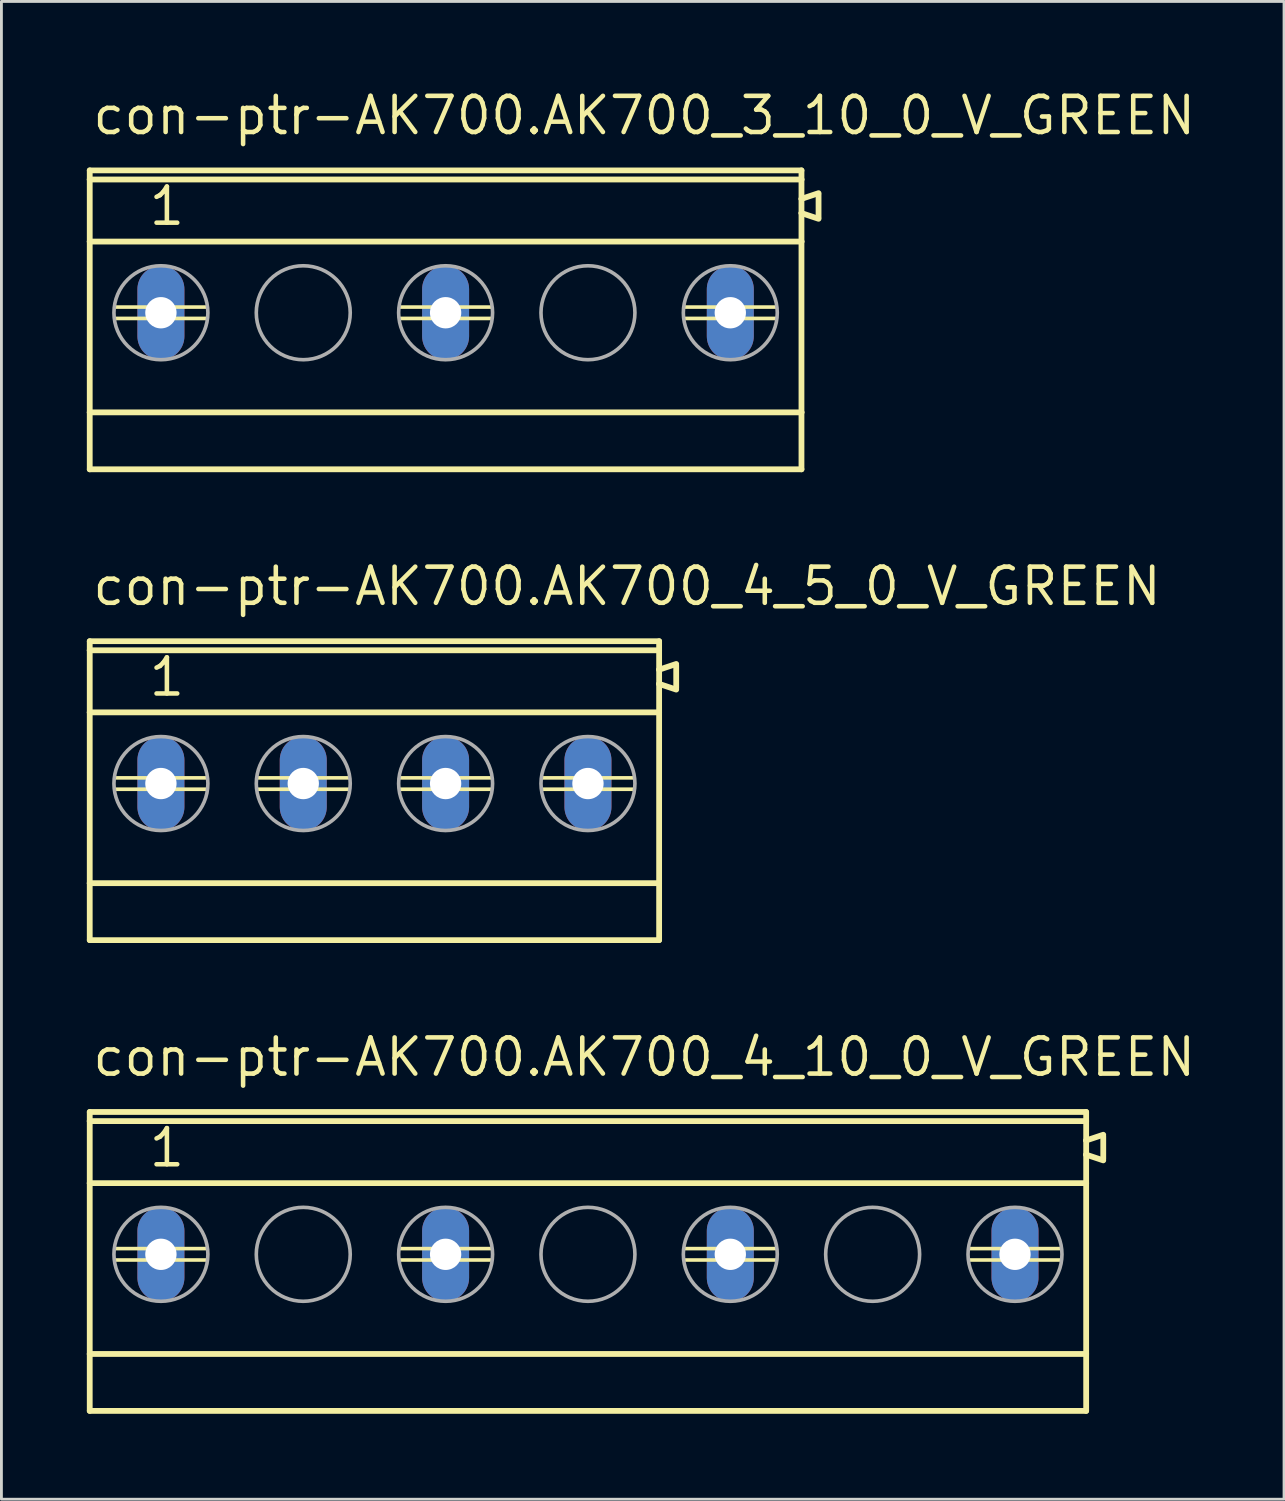
<source format=kicad_pcb>
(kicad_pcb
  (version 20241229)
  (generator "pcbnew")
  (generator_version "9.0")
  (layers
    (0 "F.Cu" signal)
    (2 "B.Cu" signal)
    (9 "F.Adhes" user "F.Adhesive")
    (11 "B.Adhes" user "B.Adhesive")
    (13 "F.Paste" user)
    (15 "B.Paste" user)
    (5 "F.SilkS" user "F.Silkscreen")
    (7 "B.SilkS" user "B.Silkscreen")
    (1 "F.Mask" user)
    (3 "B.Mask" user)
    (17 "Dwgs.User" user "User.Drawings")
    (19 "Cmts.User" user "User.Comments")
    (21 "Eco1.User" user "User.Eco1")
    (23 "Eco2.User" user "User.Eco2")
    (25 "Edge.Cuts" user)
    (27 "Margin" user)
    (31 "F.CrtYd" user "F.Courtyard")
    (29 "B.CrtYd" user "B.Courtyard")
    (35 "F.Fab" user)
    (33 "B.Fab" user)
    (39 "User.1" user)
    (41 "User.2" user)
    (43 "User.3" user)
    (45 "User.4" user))
  (footprint "con-ptr-AK700.AK700_4_5_0_V_GREEN"
    (layer "F.Cu")
    (at 10.102 24.472)
    (property "Reference" "con-ptr-AK700.AK700_4_5_0_V_GREEN" (at -9.98 -6.185 0) (layer "F.SilkS") (effects (font (size 1.27 1.27) (thickness 0.16)) (justify left bottom)))
    (attr through_hole)
    (fp_line (start -10 -5) (end -10 -4.68) (stroke (width 0.203) (type default)) (layer "F.SilkS"))
    (fp_line (start -10 -4.68) (end -10 -2.5) (stroke (width 0.203) (type default)) (layer "F.SilkS"))
    (fp_line (start -10 -2.5) (end -10 3.5) (stroke (width 0.203) (type default)) (layer "F.SilkS"))
    (fp_line (start -10 3.5) (end -10 5.5) (stroke (width 0.203) (type default)) (layer "F.SilkS"))
    (fp_line (start -10 5.5) (end 10 5.5) (stroke (width 0.203) (type default)) (layer "F.SilkS"))
    (fp_line (start -9.1 -0.2) (end -5.9 -0.2) (stroke (width 0.127) (type default)) (layer "F.SilkS"))
    (fp_line (start -9.1 0.2) (end -5.9 0.2) (stroke (width 0.127) (type default)) (layer "F.SilkS"))
    (fp_line (start -4.1 -0.2) (end -0.9 -0.2) (stroke (width 0.127) (type default)) (layer "F.SilkS"))
    (fp_line (start -4.1 0.2) (end -0.9 0.2) (stroke (width 0.127) (type default)) (layer "F.SilkS"))
    (fp_line (start 0.9 -0.2) (end 4.1 -0.2) (stroke (width 0.127) (type default)) (layer "F.SilkS"))
    (fp_line (start 0.9 0.2) (end 4.1 0.2) (stroke (width 0.127) (type default)) (layer "F.SilkS"))
    (fp_line (start 5.9 -0.2) (end 9.1 -0.2) (stroke (width 0.127) (type default)) (layer "F.SilkS"))
    (fp_line (start 5.9 0.2) (end 9.1 0.2) (stroke (width 0.127) (type default)) (layer "F.SilkS"))
    (fp_line (start 10 -5) (end -10 -5) (stroke (width 0.203) (type default)) (layer "F.SilkS"))
    (fp_line (start 10 -4.68) (end -10 -4.68) (stroke (width 0.203) (type default)) (layer "F.SilkS"))
    (fp_line (start 10 -4.68) (end 10 -5) (stroke (width 0.203) (type default)) (layer "F.SilkS"))
    (fp_line (start 10 -4) (end 10 -4.68) (stroke (width 0.203) (type default)) (layer "F.SilkS"))
    (fp_line (start 10 -3.5) (end 10 -4) (stroke (width 0.203) (type default)) (layer "F.SilkS"))
    (fp_line (start 10 -2.5) (end -10 -2.5) (stroke (width 0.203) (type default)) (layer "F.SilkS"))
    (fp_line (start 10 -2.5) (end 10 -3.5) (stroke (width 0.203) (type default)) (layer "F.SilkS"))
    (fp_line (start 10 3.5) (end -10 3.5) (stroke (width 0.203) (type default)) (layer "F.SilkS"))
    (fp_line (start 10 3.5) (end 10 -2.5) (stroke (width 0.203) (type default)) (layer "F.SilkS"))
    (fp_line (start 10 5.5) (end 10 3.5) (stroke (width 0.203) (type default)) (layer "F.SilkS"))
    (fp_line (start 10.6 -4.2) (end 10 -4) (stroke (width 0.203) (type default)) (layer "F.SilkS"))
    (fp_line (start 10.6 -3.35) (end 10.6 -4.15) (stroke (width 0.203) (type default)) (layer "F.SilkS"))
    (fp_line (start 10.6 -3.3) (end 10 -3.5) (stroke (width 0.203) (type default)) (layer "F.SilkS"))
    (fp_circle (center -7.5 0) (end -5.85 0) (stroke (width 0.127) (type default)) (fill no) (layer "F.Fab"))
    (fp_circle (center -2.5 0) (end -0.85 0) (stroke (width 0.127) (type default)) (fill no) (layer "F.Fab"))
    (fp_circle (center 2.5 0) (end 4.15 0) (stroke (width 0.127) (type default)) (fill no) (layer "F.Fab"))
    (fp_circle (center 7.5 0) (end 9.15 0) (stroke (width 0.127) (type default)) (fill no) (layer "F.Fab"))
    (fp_text user "1" (at -8 -3 0) (layer "F.SilkS") (effects (font (size 1.27 1.27) (thickness 0.16)) (justify left bottom)))
    (pad "1" thru_hole oval (at -7.5 0 90) (size 3.3 1.65) (drill 1.1) (layers "*.Cu" "*.Mask"))
    (pad "2" thru_hole oval (at -2.5 0 90) (size 3.3 1.65) (drill 1.1) (layers "*.Cu" "*.Mask"))
    (pad "3" thru_hole oval (at 2.5 0 90) (size 3.3 1.65) (drill 1.1) (layers "*.Cu" "*.Mask"))
    (pad "4" thru_hole oval (at 7.5 0 90) (size 3.3 1.65) (drill 1.1) (layers "*.Cu" "*.Mask")))
  (footprint "con-ptr-AK700.AK700_4_10_0_V_GREEN"
    (layer "F.Cu")
    (at 17.602 41.008)
    (property "Reference" "con-ptr-AK700.AK700_4_10_0_V_GREEN" (at -17.48 -6.185 0) (layer "F.SilkS") (effects (font (size 1.27 1.27) (thickness 0.16)) (justify left bottom)))
    (attr through_hole)
    (fp_line (start -17.5 -5) (end -17.5 -4.68) (stroke (width 0.203) (type default)) (layer "F.SilkS"))
    (fp_line (start -17.5 -4.68) (end -17.5 -2.5) (stroke (width 0.203) (type default)) (layer "F.SilkS"))
    (fp_line (start -17.5 -2.5) (end -17.5 3.5) (stroke (width 0.203) (type default)) (layer "F.SilkS"))
    (fp_line (start -17.5 3.5) (end -17.5 5.5) (stroke (width 0.203) (type default)) (layer "F.SilkS"))
    (fp_line (start -17.5 5.5) (end 17.5 5.5) (stroke (width 0.203) (type default)) (layer "F.SilkS"))
    (fp_line (start -16.6 -0.2) (end -13.4 -0.2) (stroke (width 0.127) (type default)) (layer "F.SilkS"))
    (fp_line (start -16.6 0.2) (end -13.4 0.2) (stroke (width 0.127) (type default)) (layer "F.SilkS"))
    (fp_line (start -6.6 -0.2) (end -3.4 -0.2) (stroke (width 0.127) (type default)) (layer "F.SilkS"))
    (fp_line (start -6.6 0.2) (end -3.4 0.2) (stroke (width 0.127) (type default)) (layer "F.SilkS"))
    (fp_line (start 3.4 -0.2) (end 6.6 -0.2) (stroke (width 0.127) (type default)) (layer "F.SilkS"))
    (fp_line (start 3.4 0.2) (end 6.6 0.2) (stroke (width 0.127) (type default)) (layer "F.SilkS"))
    (fp_line (start 13.4 -0.2) (end 16.6 -0.2) (stroke (width 0.127) (type default)) (layer "F.SilkS"))
    (fp_line (start 13.4 0.2) (end 16.6 0.2) (stroke (width 0.127) (type default)) (layer "F.SilkS"))
    (fp_line (start 17.5 -5) (end -17.5 -5) (stroke (width 0.203) (type default)) (layer "F.SilkS"))
    (fp_line (start 17.5 -4.68) (end -17.5 -4.68) (stroke (width 0.203) (type default)) (layer "F.SilkS"))
    (fp_line (start 17.5 -4.68) (end 17.5 -5) (stroke (width 0.203) (type default)) (layer "F.SilkS"))
    (fp_line (start 17.5 -4) (end 17.5 -4.68) (stroke (width 0.203) (type default)) (layer "F.SilkS"))
    (fp_line (start 17.5 -3.5) (end 17.5 -4) (stroke (width 0.203) (type default)) (layer "F.SilkS"))
    (fp_line (start 17.5 -2.5) (end -17.5 -2.5) (stroke (width 0.203) (type default)) (layer "F.SilkS"))
    (fp_line (start 17.5 -2.5) (end 17.5 -3.5) (stroke (width 0.203) (type default)) (layer "F.SilkS"))
    (fp_line (start 17.5 3.5) (end -17.5 3.5) (stroke (width 0.203) (type default)) (layer "F.SilkS"))
    (fp_line (start 17.5 3.5) (end 17.5 -2.5) (stroke (width 0.203) (type default)) (layer "F.SilkS"))
    (fp_line (start 17.5 5.5) (end 17.5 3.5) (stroke (width 0.203) (type default)) (layer "F.SilkS"))
    (fp_line (start 18.1 -4.2) (end 17.5 -4) (stroke (width 0.203) (type default)) (layer "F.SilkS"))
    (fp_line (start 18.1 -3.35) (end 18.1 -4.15) (stroke (width 0.203) (type default)) (layer "F.SilkS"))
    (fp_line (start 18.1 -3.3) (end 17.5 -3.5) (stroke (width 0.203) (type default)) (layer "F.SilkS"))
    (fp_circle (center -15 0) (end -13.35 0) (stroke (width 0.127) (type default)) (fill no) (layer "F.Fab"))
    (fp_circle (center -10 0) (end -8.35 0) (stroke (width 0.127) (type default)) (fill no) (layer "F.Fab"))
    (fp_circle (center -5 0) (end -3.35 0) (stroke (width 0.127) (type default)) (fill no) (layer "F.Fab"))
    (fp_circle (center 0 0) (end 1.65 0) (stroke (width 0.127) (type default)) (fill no) (layer "F.Fab"))
    (fp_circle (center 5 0) (end 6.65 0) (stroke (width 0.127) (type default)) (fill no) (layer "F.Fab"))
    (fp_circle (center 10 0) (end 11.65 0) (stroke (width 0.127) (type default)) (fill no) (layer "F.Fab"))
    (fp_circle (center 15 0) (end 16.65 0) (stroke (width 0.127) (type default)) (fill no) (layer "F.Fab"))
    (fp_text user "1" (at -15.5 -3 0) (layer "F.SilkS") (effects (font (size 1.27 1.27) (thickness 0.16)) (justify left bottom)))
    (pad "1" thru_hole oval (at -15 0 90) (size 3.3 1.65) (drill 1.1) (layers "*.Cu" "*.Mask"))
    (pad "2" thru_hole oval (at -5 0 90) (size 3.3 1.65) (drill 1.1) (layers "*.Cu" "*.Mask"))
    (pad "3" thru_hole oval (at 5 0 90) (size 3.3 1.65) (drill 1.1) (layers "*.Cu" "*.Mask"))
    (pad "4" thru_hole oval (at 15 0 90) (size 3.3 1.65) (drill 1.1) (layers "*.Cu" "*.Mask")))
  (footprint "con-ptr-AK700.AK700_3_10_0_V_GREEN"
    (layer "F.Cu")
    (at 12.602 7.935)
    (property "Reference" "con-ptr-AK700.AK700_3_10_0_V_GREEN" (at -12.48 -6.185 0) (layer "F.SilkS") (effects (font (size 1.27 1.27) (thickness 0.16)) (justify left bottom)))
    (attr through_hole)
    (fp_line (start -12.5 -5) (end -12.5 -4.68) (stroke (width 0.203) (type default)) (layer "F.SilkS"))
    (fp_line (start -12.5 -4.68) (end -12.5 -2.5) (stroke (width 0.203) (type default)) (layer "F.SilkS"))
    (fp_line (start -12.5 -2.5) (end -12.5 3.5) (stroke (width 0.203) (type default)) (layer "F.SilkS"))
    (fp_line (start -12.5 3.5) (end -12.5 5.5) (stroke (width 0.203) (type default)) (layer "F.SilkS"))
    (fp_line (start -12.5 5.5) (end 12.5 5.5) (stroke (width 0.203) (type default)) (layer "F.SilkS"))
    (fp_line (start -11.6 -0.2) (end -8.4 -0.2) (stroke (width 0.127) (type default)) (layer "F.SilkS"))
    (fp_line (start -11.6 0.2) (end -8.4 0.2) (stroke (width 0.127) (type default)) (layer "F.SilkS"))
    (fp_line (start -1.6 -0.2) (end 1.6 -0.2) (stroke (width 0.127) (type default)) (layer "F.SilkS"))
    (fp_line (start -1.6 0.2) (end 1.6 0.2) (stroke (width 0.127) (type default)) (layer "F.SilkS"))
    (fp_line (start 8.4 -0.2) (end 11.6 -0.2) (stroke (width 0.127) (type default)) (layer "F.SilkS"))
    (fp_line (start 8.4 0.2) (end 11.6 0.2) (stroke (width 0.127) (type default)) (layer "F.SilkS"))
    (fp_line (start 12.5 -5) (end -12.5 -5) (stroke (width 0.203) (type default)) (layer "F.SilkS"))
    (fp_line (start 12.5 -4.68) (end -12.5 -4.68) (stroke (width 0.203) (type default)) (layer "F.SilkS"))
    (fp_line (start 12.5 -4.68) (end 12.5 -5) (stroke (width 0.203) (type default)) (layer "F.SilkS"))
    (fp_line (start 12.5 -4) (end 12.5 -4.68) (stroke (width 0.203) (type default)) (layer "F.SilkS"))
    (fp_line (start 12.5 -3.5) (end 12.5 -4) (stroke (width 0.203) (type default)) (layer "F.SilkS"))
    (fp_line (start 12.5 -2.5) (end -12.5 -2.5) (stroke (width 0.203) (type default)) (layer "F.SilkS"))
    (fp_line (start 12.5 -2.5) (end 12.5 -3.5) (stroke (width 0.203) (type default)) (layer "F.SilkS"))
    (fp_line (start 12.5 3.5) (end -12.5 3.5) (stroke (width 0.203) (type default)) (layer "F.SilkS"))
    (fp_line (start 12.5 3.5) (end 12.5 -2.5) (stroke (width 0.203) (type default)) (layer "F.SilkS"))
    (fp_line (start 12.5 5.5) (end 12.5 3.5) (stroke (width 0.203) (type default)) (layer "F.SilkS"))
    (fp_line (start 13.1 -4.2) (end 12.5 -4) (stroke (width 0.203) (type default)) (layer "F.SilkS"))
    (fp_line (start 13.1 -3.35) (end 13.1 -4.15) (stroke (width 0.203) (type default)) (layer "F.SilkS"))
    (fp_line (start 13.1 -3.3) (end 12.5 -3.5) (stroke (width 0.203) (type default)) (layer "F.SilkS"))
    (fp_circle (center -10 0) (end -8.35 0) (stroke (width 0.127) (type default)) (fill no) (layer "F.Fab"))
    (fp_circle (center -5 0) (end -3.35 0) (stroke (width 0.127) (type default)) (fill no) (layer "F.Fab"))
    (fp_circle (center 0 0) (end 1.65 0) (stroke (width 0.127) (type default)) (fill no) (layer "F.Fab"))
    (fp_circle (center 5 0) (end 6.65 0) (stroke (width 0.127) (type default)) (fill no) (layer "F.Fab"))
    (fp_circle (center 10 0) (end 11.65 0) (stroke (width 0.127) (type default)) (fill no) (layer "F.Fab"))
    (fp_text user "1" (at -10.5 -3 0) (layer "F.SilkS") (effects (font (size 1.27 1.27) (thickness 0.16)) (justify left bottom)))
    (pad "1" thru_hole oval (at -10 0 90) (size 3.3 1.65) (drill 1.1) (layers "*.Cu" "*.Mask"))
    (pad "2" thru_hole oval (at 0 0 90) (size 3.3 1.65) (drill 1.1) (layers "*.Cu" "*.Mask"))
    (pad "3" thru_hole oval (at 10 0 90) (size 3.3 1.65) (drill 1.1) (layers "*.Cu" "*.Mask")))
  (gr_rect
    (start -3 -3)
    (end 42.052 49.61)
    (stroke (width 0.1) (type default))
    (fill no)
    (layer "Edge.Cuts")))
</source>
